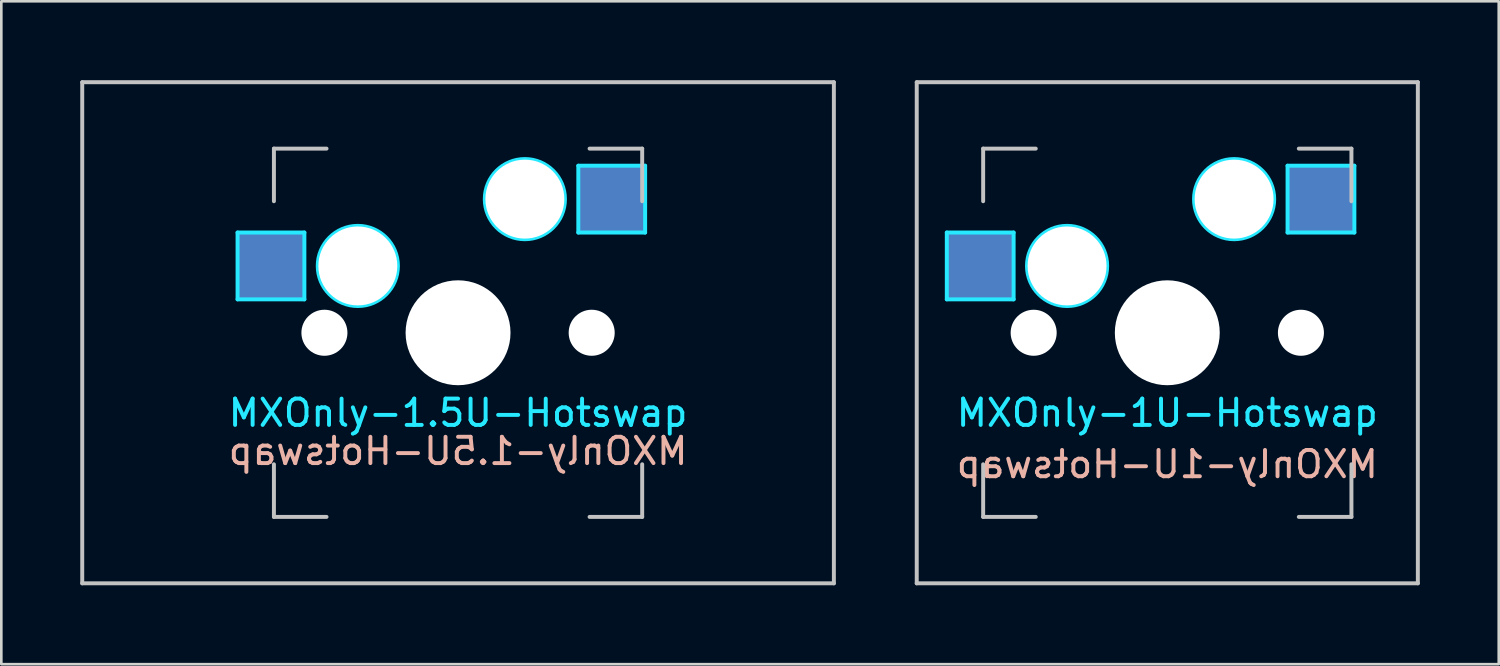
<source format=kicad_pcb>
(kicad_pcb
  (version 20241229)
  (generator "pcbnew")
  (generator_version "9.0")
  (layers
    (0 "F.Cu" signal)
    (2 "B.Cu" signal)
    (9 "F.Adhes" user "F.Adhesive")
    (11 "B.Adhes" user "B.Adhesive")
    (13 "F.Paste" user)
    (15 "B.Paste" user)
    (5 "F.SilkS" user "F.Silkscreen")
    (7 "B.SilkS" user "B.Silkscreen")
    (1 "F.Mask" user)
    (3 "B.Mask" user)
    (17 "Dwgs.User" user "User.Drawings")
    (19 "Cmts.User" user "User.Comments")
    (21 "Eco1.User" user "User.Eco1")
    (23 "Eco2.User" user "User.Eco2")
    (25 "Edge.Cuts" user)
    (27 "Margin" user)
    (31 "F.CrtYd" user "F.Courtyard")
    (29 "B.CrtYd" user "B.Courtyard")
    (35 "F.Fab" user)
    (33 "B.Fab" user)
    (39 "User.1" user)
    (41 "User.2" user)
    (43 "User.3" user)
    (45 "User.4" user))
  (footprint "MXOnly-1.5U-Hotswap"
    (layer "F.Cu")
    (at 14.363 9.6)
    (property "Reference" "MXOnly-1.5U-Hotswap" (at 0 3.048 0) (layer "B.CrtYd") (effects (font (size 1 1) (thickness 0.15))))
    (attr smd)
    (fp_line (start -14.287 -9.525) (end 14.287 -9.525) (stroke (width 0.15) (type solid)) (layer "Dwgs.User"))
    (fp_line (start -14.287 9.525) (end -14.287 -9.525) (stroke (width 0.15) (type solid)) (layer "Dwgs.User"))
    (fp_line (start -7 -7) (end -7 -5) (stroke (width 0.15) (type solid)) (layer "Dwgs.User"))
    (fp_line (start -7 5) (end -7 7) (stroke (width 0.15) (type solid)) (layer "Dwgs.User"))
    (fp_line (start -7 7) (end -5 7) (stroke (width 0.15) (type solid)) (layer "Dwgs.User"))
    (fp_line (start -5 -7) (end -7 -7) (stroke (width 0.15) (type solid)) (layer "Dwgs.User"))
    (fp_line (start 5 -7) (end 7 -7) (stroke (width 0.15) (type solid)) (layer "Dwgs.User"))
    (fp_line (start 5 7) (end 7 7) (stroke (width 0.15) (type solid)) (layer "Dwgs.User"))
    (fp_line (start 7 -7) (end 7 -5) (stroke (width 0.15) (type solid)) (layer "Dwgs.User"))
    (fp_line (start 7 7) (end 7 5) (stroke (width 0.15) (type solid)) (layer "Dwgs.User"))
    (fp_line (start 14.287 -9.525) (end 14.287 9.525) (stroke (width 0.15) (type solid)) (layer "Dwgs.User"))
    (fp_line (start 14.287 9.525) (end -14.287 9.525) (stroke (width 0.15) (type solid)) (layer "Dwgs.User"))
    (fp_line (start -8.382 -3.81) (end -5.842 -3.81) (stroke (width 0.15) (type solid)) (layer "B.CrtYd"))
    (fp_line (start -8.382 -1.27) (end -8.382 -3.81) (stroke (width 0.15) (type solid)) (layer "B.CrtYd"))
    (fp_line (start -5.842 -3.81) (end -5.842 -1.27) (stroke (width 0.15) (type solid)) (layer "B.CrtYd"))
    (fp_line (start -5.842 -1.27) (end -8.382 -1.27) (stroke (width 0.15) (type solid)) (layer "B.CrtYd"))
    (fp_line (start 4.572 -6.35) (end 7.112 -6.35) (stroke (width 0.15) (type solid)) (layer "B.CrtYd"))
    (fp_line (start 4.572 -3.81) (end 4.572 -6.35) (stroke (width 0.15) (type solid)) (layer "B.CrtYd"))
    (fp_line (start 7.112 -6.35) (end 7.112 -3.81) (stroke (width 0.15) (type solid)) (layer "B.CrtYd"))
    (fp_line (start 7.112 -3.81) (end 4.572 -3.81) (stroke (width 0.15) (type solid)) (layer "B.CrtYd"))
    (fp_circle (center -3.81 -2.54) (end -3.81 -4.064) (stroke (width 0.15) (type solid)) (fill no) (layer "B.CrtYd"))
    (fp_circle (center 2.54 -5.08) (end 2.54 -6.604) (stroke (width 0.15) (type solid)) (fill no) (layer "B.CrtYd"))
    (fp_text user "${REFERENCE}" (at 0 4.5 0) (layer "B.SilkS") (effects (font (size 1 1) (thickness 0.15)) (justify mirror)))
    (pad "" np_thru_hole circle (at -5.08 0 48.1) (size 1.75 1.75) (drill 1.75) (layers "*.Cu" "*.Mask"))
    (pad "" np_thru_hole circle (at -3.81 -2.54) (size 3 3) (drill 3) (layers "*.Cu" "*.Mask"))
    (pad "" np_thru_hole circle (at 0 0) (size 3.988 3.988) (drill 3.988) (layers "*.Cu" "*.Mask"))
    (pad "" np_thru_hole circle (at 2.54 -5.08) (size 3 3) (drill 3) (layers "*.Cu" "*.Mask"))
    (pad "" np_thru_hole circle (at 5.08 0 48.1) (size 1.75 1.75) (drill 1.75) (layers "*.Cu" "*.Mask"))
    (pad "1" smd rect (at -7.085 -2.54) (size 2.55 2.5) (layers "B.Cu" "B.Mask" "B.Paste"))
    (pad "2" smd rect (at 5.842 -5.08) (size 2.55 2.5) (layers "B.Cu" "B.Mask" "B.Paste")))
  (footprint "MXOnly-1U-Hotswap"
    (layer "F.Cu")
    (at 41.325 9.6)
    (property "Reference" "MXOnly-1U-Hotswap" (at 0 3.048 0) (layer "B.CrtYd") (effects (font (size 1 1) (thickness 0.15))))
    (attr smd)
    (fp_line (start -9.525 -9.525) (end 9.525 -9.525) (stroke (width 0.15) (type solid)) (layer "Dwgs.User"))
    (fp_line (start -9.525 9.525) (end -9.525 -9.525) (stroke (width 0.15) (type solid)) (layer "Dwgs.User"))
    (fp_line (start -7 -7) (end -7 -5) (stroke (width 0.15) (type solid)) (layer "Dwgs.User"))
    (fp_line (start -7 5) (end -7 7) (stroke (width 0.15) (type solid)) (layer "Dwgs.User"))
    (fp_line (start -7 7) (end -5 7) (stroke (width 0.15) (type solid)) (layer "Dwgs.User"))
    (fp_line (start -5 -7) (end -7 -7) (stroke (width 0.15) (type solid)) (layer "Dwgs.User"))
    (fp_line (start 5 -7) (end 7 -7) (stroke (width 0.15) (type solid)) (layer "Dwgs.User"))
    (fp_line (start 5 7) (end 7 7) (stroke (width 0.15) (type solid)) (layer "Dwgs.User"))
    (fp_line (start 7 -7) (end 7 -5) (stroke (width 0.15) (type solid)) (layer "Dwgs.User"))
    (fp_line (start 7 7) (end 7 5) (stroke (width 0.15) (type solid)) (layer "Dwgs.User"))
    (fp_line (start 9.525 -9.525) (end 9.525 9.525) (stroke (width 0.15) (type solid)) (layer "Dwgs.User"))
    (fp_line (start 9.525 9.525) (end -9.525 9.525) (stroke (width 0.15) (type solid)) (layer "Dwgs.User"))
    (fp_line (start -8.382 -3.81) (end -8.382 -1.27) (stroke (width 0.15) (type solid)) (layer "B.CrtYd"))
    (fp_line (start -8.382 -1.27) (end -5.842 -1.27) (stroke (width 0.15) (type solid)) (layer "B.CrtYd"))
    (fp_line (start -5.842 -3.81) (end -8.382 -3.81) (stroke (width 0.15) (type solid)) (layer "B.CrtYd"))
    (fp_line (start -5.842 -1.27) (end -5.842 -3.81) (stroke (width 0.15) (type solid)) (layer "B.CrtYd"))
    (fp_line (start 4.572 -6.35) (end 7.112 -6.35) (stroke (width 0.15) (type solid)) (layer "B.CrtYd"))
    (fp_line (start 4.572 -3.81) (end 4.572 -6.35) (stroke (width 0.15) (type solid)) (layer "B.CrtYd"))
    (fp_line (start 7.112 -6.35) (end 7.112 -3.81) (stroke (width 0.15) (type solid)) (layer "B.CrtYd"))
    (fp_line (start 7.112 -3.81) (end 4.572 -3.81) (stroke (width 0.15) (type solid)) (layer "B.CrtYd"))
    (fp_circle (center -3.81 -2.54) (end -3.81 -4.064) (stroke (width 0.15) (type solid)) (fill no) (layer "B.CrtYd"))
    (fp_circle (center 2.54 -5.08) (end 2.54 -6.604) (stroke (width 0.15) (type solid)) (fill no) (layer "B.CrtYd"))
    (fp_text user "${REFERENCE}" (at 0 5 0) (layer "B.SilkS") (effects (font (size 1 1) (thickness 0.15)) (justify mirror)))
    (pad "" np_thru_hole circle (at -5.08 0 48.1) (size 1.75 1.75) (drill 1.75) (layers "*.Cu" "*.Mask"))
    (pad "" np_thru_hole circle (at -3.81 -2.54) (size 3 3) (drill 3) (layers "*.Cu" "*.Mask"))
    (pad "" np_thru_hole circle (at 0 0) (size 3.988 3.988) (drill 3.988) (layers "*.Cu" "*.Mask"))
    (pad "" np_thru_hole circle (at 2.54 -5.08) (size 3 3) (drill 3) (layers "*.Cu" "*.Mask"))
    (pad "" np_thru_hole circle (at 5.08 0 48.1) (size 1.75 1.75) (drill 1.75) (layers "*.Cu" "*.Mask"))
    (pad "1" smd rect (at -7.085 -2.54) (size 2.55 2.5) (layers "B.Cu" "B.Mask" "B.Paste"))
    (pad "2" smd rect (at 5.842 -5.08) (size 2.55 2.5) (layers "B.Cu" "B.Mask" "B.Paste")))
  (gr_rect
    (start -3 -3)
    (end 53.925 22.2)
    (stroke (width 0.1) (type default))
    (fill no)
    (layer "Edge.Cuts")))
</source>
